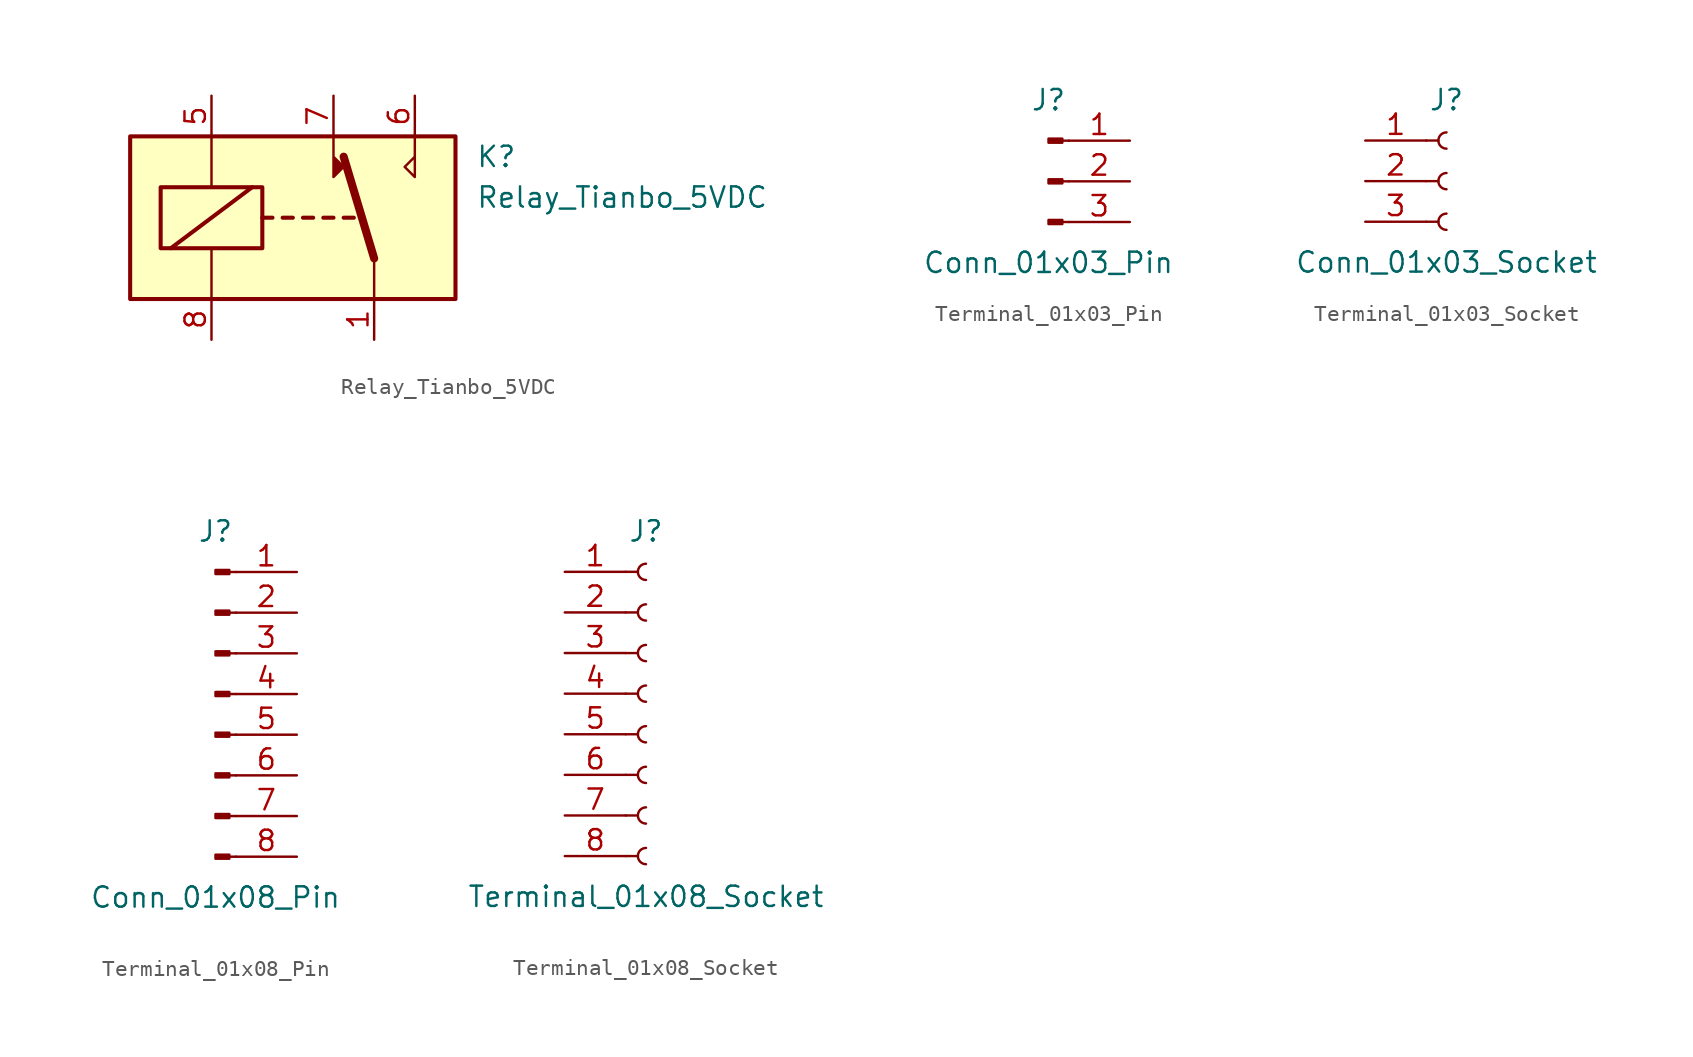
<source format=kicad_sym>
(kicad_symbol_lib
  (version 20231120)
  (generator "kicad_symbol_editor")
  (generator_version "8.0")
  (symbol "Relay_Tianbo_5VDC"
    (property "Reference" "K"
      (at 11.43 3.81 0)
      (effects (font (size 1.27 1.27)) (justify left)))
    (property "Value" "Relay_Tianbo_5VDC"
      (at 11.43 1.27 0)
      (effects (font (size 1.27 1.27)) (justify left)))
    (symbol "Relay_Tianbo_5VDC_0_0"
      (polyline (pts (xy 7.62 5.08) (xy 7.62 2.54) (xy 6.985 3.175) (xy 7.62 3.81)) (stroke (width 0) (type default)) (fill (type none))))
    (symbol "Relay_Tianbo_5VDC_0_1"
      (rectangle (start -10.16 5.08) (end 10.16 -5.08) (stroke (width 0.254) (type default)) (fill (type background)))
      (rectangle (start -8.255 1.905) (end -1.905 -1.905) (stroke (width 0.254) (type default)) (fill (type none)))
      (polyline (pts (xy -7.62 -1.905) (xy -2.54 1.905)) (stroke (width 0.254) (type default)) (fill (type none)))
      (polyline (pts (xy -5.08 -5.08) (xy -5.08 -1.905)) (stroke (width 0) (type default)) (fill (type none)))
      (polyline (pts (xy -5.08 5.08) (xy -5.08 1.905)) (stroke (width 0) (type default)) (fill (type none)))
      (polyline (pts (xy -1.905 0) (xy -1.27 0)) (stroke (width 0.254) (type default)) (fill (type none)))
      (polyline (pts (xy -0.635 0) (xy 0 0)) (stroke (width 0.254) (type default)) (fill (type none)))
      (polyline (pts (xy 0.635 0) (xy 1.27 0)) (stroke (width 0.254) (type default)) (fill (type none)))
      (polyline (pts (xy 1.905 0) (xy 2.54 0)) (stroke (width 0.254) (type default)) (fill (type none)))
      (polyline (pts (xy 3.175 0) (xy 3.81 0)) (stroke (width 0.254) (type default)) (fill (type none)))
      (polyline (pts (xy 5.08 -2.54) (xy 3.175 3.81)) (stroke (width 0.508) (type default)) (fill (type none)))
      (polyline (pts (xy 5.08 -2.54) (xy 5.08 -5.08)) (stroke (width 0) (type default)) (fill (type none)))
      (polyline (pts (xy 2.54 5.08) (xy 2.54 2.54) (xy 3.175 3.175) (xy 2.54 3.81)) (stroke (width 0) (type default)) (fill (type outline))))
    (symbol "Relay_Tianbo_5VDC_1_1"
      (pin passive line (at 5.08 -7.62 90) (length 2.54) (name "~" (effects (font (size 1.27 1.27)))) (number "1" (effects (font (size 1.27 1.27)))))
      (pin passive line (at -5.08 7.62 270) (length 2.54) (name "~" (effects (font (size 1.27 1.27)))) (number "5" (effects (font (size 1.27 1.27)))))
      (pin passive line (at 7.62 7.62 270) (length 2.54) (name "~" (effects (font (size 1.27 1.27)))) (number "6" (effects (font (size 1.27 1.27)))))
      (pin passive line (at 2.54 7.62 270) (length 2.54) (name "~" (effects (font (size 1.27 1.27)))) (number "7" (effects (font (size 1.27 1.27)))))
      (pin passive line (at -5.08 -7.62 90) (length 2.54) (name "~" (effects (font (size 1.27 1.27)))) (number "8" (effects (font (size 1.27 1.27)))))))
  (symbol "Terminal_01x03_Pin"
    (pin_names
      (offset 1.016) hide)
    (property "Reference" "J"
      (at 0 5.08 0)
      (effects (font (size 1.27 1.27))))
    (property "Value" "Conn_01x03_Pin"
      (at 0 -5.08 0)
      (effects (font (size 1.27 1.27))))
    (symbol "Terminal_01x03_Pin_1_1"
      (polyline (pts (xy 1.27 -2.54) (xy 0.864 -2.54)) (stroke (width 0.152) (type default)) (fill (type none)))
      (polyline (pts (xy 1.27 0) (xy 0.864 0)) (stroke (width 0.152) (type default)) (fill (type none)))
      (polyline (pts (xy 1.27 2.54) (xy 0.864 2.54)) (stroke (width 0.152) (type default)) (fill (type none)))
      (rectangle (start 0.864 -2.413) (end 0 -2.667) (stroke (width 0.152) (type default)) (fill (type outline)))
      (rectangle (start 0.864 0.127) (end 0 -0.127) (stroke (width 0.152) (type default)) (fill (type outline)))
      (rectangle (start 0.864 2.667) (end 0 2.413) (stroke (width 0.152) (type default)) (fill (type outline)))
      (pin passive line (at 5.08 2.54 180) (length 3.81) (name "Pin_1" (effects (font (size 1.27 1.27)))) (number "1" (effects (font (size 1.27 1.27)))))
      (pin passive line (at 5.08 0 180) (length 3.81) (name "Pin_2" (effects (font (size 1.27 1.27)))) (number "2" (effects (font (size 1.27 1.27)))))
      (pin passive line (at 5.08 -2.54 180) (length 3.81) (name "Pin_3" (effects (font (size 1.27 1.27)))) (number "3" (effects (font (size 1.27 1.27)))))))
  (symbol "Terminal_01x03_Socket"
    (pin_names
      (offset 1.016) hide)
    (property "Reference" "J"
      (at 0 5.08 0)
      (effects (font (size 1.27 1.27))))
    (property "Value" "Conn_01x03_Socket"
      (at 0 -5.08 0)
      (effects (font (size 1.27 1.27))))
    (symbol "Terminal_01x03_Socket_1_1"
      (arc (start 0 -2.032) (mid -0.5058 -2.54) (end 0 -3.048) (stroke (width 0.1524) (type default)) (fill (type none)))
      (polyline (pts (xy -1.27 -2.54) (xy -0.508 -2.54)) (stroke (width 0.152) (type default)) (fill (type none)))
      (polyline (pts (xy -1.27 0) (xy -0.508 0)) (stroke (width 0.152) (type default)) (fill (type none)))
      (polyline (pts (xy -1.27 2.54) (xy -0.508 2.54)) (stroke (width 0.152) (type default)) (fill (type none)))
      (arc (start 0 0.508) (mid -0.5058 0) (end 0 -0.508) (stroke (width 0.1524) (type default)) (fill (type none)))
      (arc (start 0 3.048) (mid -0.5058 2.54) (end 0 2.032) (stroke (width 0.1524) (type default)) (fill (type none)))
      (pin passive line (at -5.08 2.54 0) (length 3.81) (name "Pin_1" (effects (font (size 1.27 1.27)))) (number "1" (effects (font (size 1.27 1.27)))))
      (pin passive line (at -5.08 0 0) (length 3.81) (name "Pin_2" (effects (font (size 1.27 1.27)))) (number "2" (effects (font (size 1.27 1.27)))))
      (pin passive line (at -5.08 -2.54 0) (length 3.81) (name "Pin_3" (effects (font (size 1.27 1.27)))) (number "3" (effects (font (size 1.27 1.27)))))))
  (symbol "Terminal_01x08_Pin"
    (pin_names
      (offset 1.016) hide)
    (property "Reference" "J"
      (at 0 10.16 0)
      (effects (font (size 1.27 1.27))))
    (property "Value" "Conn_01x08_Pin"
      (at 0 -12.7 0)
      (effects (font (size 1.27 1.27))))
    (symbol "Terminal_01x08_Pin_1_1"
      (polyline (pts (xy 1.27 -10.16) (xy 0.864 -10.16)) (stroke (width 0.152) (type default)) (fill (type none)))
      (polyline (pts (xy 1.27 -7.62) (xy 0.864 -7.62)) (stroke (width 0.152) (type default)) (fill (type none)))
      (polyline (pts (xy 1.27 -5.08) (xy 0.864 -5.08)) (stroke (width 0.152) (type default)) (fill (type none)))
      (polyline (pts (xy 1.27 -2.54) (xy 0.864 -2.54)) (stroke (width 0.152) (type default)) (fill (type none)))
      (polyline (pts (xy 1.27 0) (xy 0.864 0)) (stroke (width 0.152) (type default)) (fill (type none)))
      (polyline (pts (xy 1.27 2.54) (xy 0.864 2.54)) (stroke (width 0.152) (type default)) (fill (type none)))
      (polyline (pts (xy 1.27 5.08) (xy 0.864 5.08)) (stroke (width 0.152) (type default)) (fill (type none)))
      (polyline (pts (xy 1.27 7.62) (xy 0.864 7.62)) (stroke (width 0.152) (type default)) (fill (type none)))
      (rectangle (start 0.864 -10.033) (end 0 -10.287) (stroke (width 0.152) (type default)) (fill (type outline)))
      (rectangle (start 0.864 -7.493) (end 0 -7.747) (stroke (width 0.152) (type default)) (fill (type outline)))
      (rectangle (start 0.864 -4.953) (end 0 -5.207) (stroke (width 0.152) (type default)) (fill (type outline)))
      (rectangle (start 0.864 -2.413) (end 0 -2.667) (stroke (width 0.152) (type default)) (fill (type outline)))
      (rectangle (start 0.864 0.127) (end 0 -0.127) (stroke (width 0.152) (type default)) (fill (type outline)))
      (rectangle (start 0.864 2.667) (end 0 2.413) (stroke (width 0.152) (type default)) (fill (type outline)))
      (rectangle (start 0.864 5.207) (end 0 4.953) (stroke (width 0.152) (type default)) (fill (type outline)))
      (rectangle (start 0.864 7.747) (end 0 7.493) (stroke (width 0.152) (type default)) (fill (type outline)))
      (pin passive line (at 5.08 7.62 180) (length 3.81) (name "Pin_1" (effects (font (size 1.27 1.27)))) (number "1" (effects (font (size 1.27 1.27)))))
      (pin passive line (at 5.08 5.08 180) (length 3.81) (name "Pin_2" (effects (font (size 1.27 1.27)))) (number "2" (effects (font (size 1.27 1.27)))))
      (pin passive line (at 5.08 2.54 180) (length 3.81) (name "Pin_3" (effects (font (size 1.27 1.27)))) (number "3" (effects (font (size 1.27 1.27)))))
      (pin passive line (at 5.08 0 180) (length 3.81) (name "Pin_4" (effects (font (size 1.27 1.27)))) (number "4" (effects (font (size 1.27 1.27)))))
      (pin passive line (at 5.08 -2.54 180) (length 3.81) (name "Pin_5" (effects (font (size 1.27 1.27)))) (number "5" (effects (font (size 1.27 1.27)))))
      (pin passive line (at 5.08 -5.08 180) (length 3.81) (name "Pin_6" (effects (font (size 1.27 1.27)))) (number "6" (effects (font (size 1.27 1.27)))))
      (pin passive line (at 5.08 -7.62 180) (length 3.81) (name "Pin_7" (effects (font (size 1.27 1.27)))) (number "7" (effects (font (size 1.27 1.27)))))
      (pin passive line (at 5.08 -10.16 180) (length 3.81) (name "Pin_8" (effects (font (size 1.27 1.27)))) (number "8" (effects (font (size 1.27 1.27)))))))
  (symbol "Terminal_01x08_Socket"
    (pin_names
      (offset 1.016) hide)
    (property "Reference" "J"
      (at 0 10.16 0)
      (effects (font (size 1.27 1.27))))
    (property "Value" "Terminal_01x08_Socket"
      (at 0 -12.7 0)
      (effects (font (size 1.27 1.27))))
    (symbol "Terminal_01x08_Socket_1_1"
      (arc (start 0 -9.652) (mid -0.5058 -10.16) (end 0 -10.668) (stroke (width 0.1524) (type default)) (fill (type none)))
      (arc (start 0 -7.112) (mid -0.5058 -7.62) (end 0 -8.128) (stroke (width 0.1524) (type default)) (fill (type none)))
      (arc (start 0 -4.572) (mid -0.5058 -5.08) (end 0 -5.588) (stroke (width 0.1524) (type default)) (fill (type none)))
      (arc (start 0 -2.032) (mid -0.5058 -2.54) (end 0 -3.048) (stroke (width 0.1524) (type default)) (fill (type none)))
      (polyline (pts (xy -1.27 -10.16) (xy -0.508 -10.16)) (stroke (width 0.152) (type default)) (fill (type none)))
      (polyline (pts (xy -1.27 -7.62) (xy -0.508 -7.62)) (stroke (width 0.152) (type default)) (fill (type none)))
      (polyline (pts (xy -1.27 -5.08) (xy -0.508 -5.08)) (stroke (width 0.152) (type default)) (fill (type none)))
      (polyline (pts (xy -1.27 -2.54) (xy -0.508 -2.54)) (stroke (width 0.152) (type default)) (fill (type none)))
      (polyline (pts (xy -1.27 0) (xy -0.508 0)) (stroke (width 0.152) (type default)) (fill (type none)))
      (polyline (pts (xy -1.27 2.54) (xy -0.508 2.54)) (stroke (width 0.152) (type default)) (fill (type none)))
      (polyline (pts (xy -1.27 5.08) (xy -0.508 5.08)) (stroke (width 0.152) (type default)) (fill (type none)))
      (polyline (pts (xy -1.27 7.62) (xy -0.508 7.62)) (stroke (width 0.152) (type default)) (fill (type none)))
      (arc (start 0 0.508) (mid -0.5058 0) (end 0 -0.508) (stroke (width 0.1524) (type default)) (fill (type none)))
      (arc (start 0 3.048) (mid -0.5058 2.54) (end 0 2.032) (stroke (width 0.1524) (type default)) (fill (type none)))
      (arc (start 0 5.588) (mid -0.5058 5.08) (end 0 4.572) (stroke (width 0.1524) (type default)) (fill (type none)))
      (arc (start 0 8.128) (mid -0.5058 7.62) (end 0 7.112) (stroke (width 0.1524) (type default)) (fill (type none)))
      (pin passive line (at -5.08 7.62 0) (length 3.81) (name "Pin_1" (effects (font (size 1.27 1.27)))) (number "1" (effects (font (size 1.27 1.27)))))
      (pin passive line (at -5.08 5.08 0) (length 3.81) (name "Pin_2" (effects (font (size 1.27 1.27)))) (number "2" (effects (font (size 1.27 1.27)))))
      (pin passive line (at -5.08 2.54 0) (length 3.81) (name "Pin_3" (effects (font (size 1.27 1.27)))) (number "3" (effects (font (size 1.27 1.27)))))
      (pin passive line (at -5.08 0 0) (length 3.81) (name "Pin_4" (effects (font (size 1.27 1.27)))) (number "4" (effects (font (size 1.27 1.27)))))
      (pin passive line (at -5.08 -2.54 0) (length 3.81) (name "Pin_5" (effects (font (size 1.27 1.27)))) (number "5" (effects (font (size 1.27 1.27)))))
      (pin passive line (at -5.08 -5.08 0) (length 3.81) (name "Pin_6" (effects (font (size 1.27 1.27)))) (number "6" (effects (font (size 1.27 1.27)))))
      (pin passive line (at -5.08 -7.62 0) (length 3.81) (name "Pin_7" (effects (font (size 1.27 1.27)))) (number "7" (effects (font (size 1.27 1.27)))))
      (pin passive line (at -5.08 -10.16 0) (length 3.81) (name "Pin_8" (effects (font (size 1.27 1.27)))) (number "8" (effects (font (size 1.27 1.27))))))))
</source>
